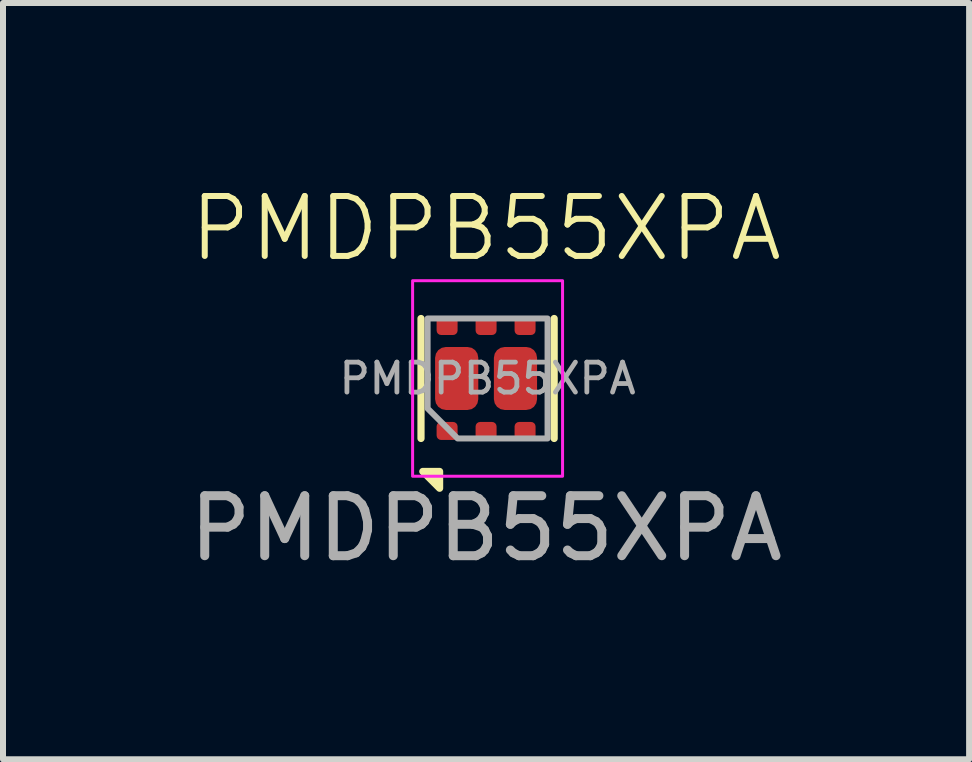
<source format=kicad_pcb>
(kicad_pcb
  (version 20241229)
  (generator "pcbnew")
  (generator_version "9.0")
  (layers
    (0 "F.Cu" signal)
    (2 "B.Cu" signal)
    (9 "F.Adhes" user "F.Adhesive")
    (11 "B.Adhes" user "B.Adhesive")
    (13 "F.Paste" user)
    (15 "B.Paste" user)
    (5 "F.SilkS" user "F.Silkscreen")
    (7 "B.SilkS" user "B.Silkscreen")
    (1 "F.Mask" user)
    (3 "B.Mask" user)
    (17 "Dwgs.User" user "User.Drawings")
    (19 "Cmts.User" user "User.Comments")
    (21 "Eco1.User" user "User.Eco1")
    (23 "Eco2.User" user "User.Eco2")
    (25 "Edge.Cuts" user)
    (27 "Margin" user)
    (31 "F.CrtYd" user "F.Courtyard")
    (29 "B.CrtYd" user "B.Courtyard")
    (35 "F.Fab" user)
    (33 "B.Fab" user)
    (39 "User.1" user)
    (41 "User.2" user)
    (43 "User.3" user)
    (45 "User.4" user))
  (footprint "PMDPB55XPA"
    (layer "F.Cu")
    (at 5.054 3.26)
    (property "Reference" "PMDPB55XPA" (at 0 -2.5 0) (unlocked yes) (layer "F.SilkS") (effects (font (size 1 1) (thickness 0.1))))
    (attr smd)
    (fp_line (start -1.085 1) (end -1.085 -1) (stroke (width 0.12) (type solid)) (layer "F.SilkS"))
    (fp_line (start 1.135 1) (end 1.135 -1) (stroke (width 0.12) (type solid)) (layer "F.SilkS"))
    (fp_poly (pts (xy -0.775 1.55) (xy -0.775 1.83) (xy -1.055 1.55)) (stroke (width 0.12) (type solid)) (fill yes) (layer "F.SilkS"))
    (fp_rect (start -1.225 -1.63) (end 1.275 1.63) (stroke (width 0.05) (type solid)) (fill no) (layer "F.CrtYd"))
    (fp_poly (pts (xy -0.475 1) (xy 1.025 1) (xy 1.025 -1) (xy -0.975 -1) (xy -0.975 0.5)) (stroke (width 0.1) (type solid)) (fill no) (layer "F.Fab"))
    (fp_text user "${REFERENCE}" (at 0 2.5 0) (unlocked yes) (layer "F.Fab") (effects (font (size 1 1) (thickness 0.15))))
    (fp_text user "${REFERENCE}" (at 0.025 0 0) (layer "F.Fab") (effects (font (size 0.5 0.5) (thickness 0.08))))
    (pad "1" smd roundrect (at -0.65 0.875 90) (size 0.3 0.35) (layers "F.Cu" "F.Mask" "F.Paste") (roundrect_rratio 0.25))
    (pad "2" smd roundrect (at 0 0.875 90) (size 0.3 0.35) (layers "F.Cu" "F.Mask" "F.Paste") (roundrect_rratio 0.25))
    (pad "3" smd roundrect (at 0.65 0.875 90) (size 0.3 0.35) (layers "F.Cu" "F.Mask" "F.Paste") (roundrect_rratio 0.25))
    (pad "4" smd roundrect (at 0.65 -0.875 90) (size 0.3 0.35) (layers "F.Cu" "F.Mask" "F.Paste") (roundrect_rratio 0.25))
    (pad "5" smd roundrect (at 0 -0.875 90) (size 0.3 0.35) (layers "F.Cu" "F.Mask" "F.Paste") (roundrect_rratio 0.25))
    (pad "6" smd roundrect (at -0.65 -0.875 90) (size 0.3 0.35) (layers "F.Cu" "F.Mask" "F.Paste") (roundrect_rratio 0.25))
    (pad "7" smd roundrect (at -0.49 0 90) (size 1.05 0.72) (layers "F.Cu" "F.Mask" "F.Paste") (roundrect_rratio 0.25))
    (pad "8" smd roundrect (at 0.49 0 90) (size 1.05 0.72) (layers "F.Cu" "F.Mask" "F.Paste") (roundrect_rratio 0.25)))
  (gr_rect
    (start -3 -3)
    (end 13.107 9.609)
    (stroke (width 0.1) (type default))
    (fill no)
    (layer "Edge.Cuts")))
</source>
